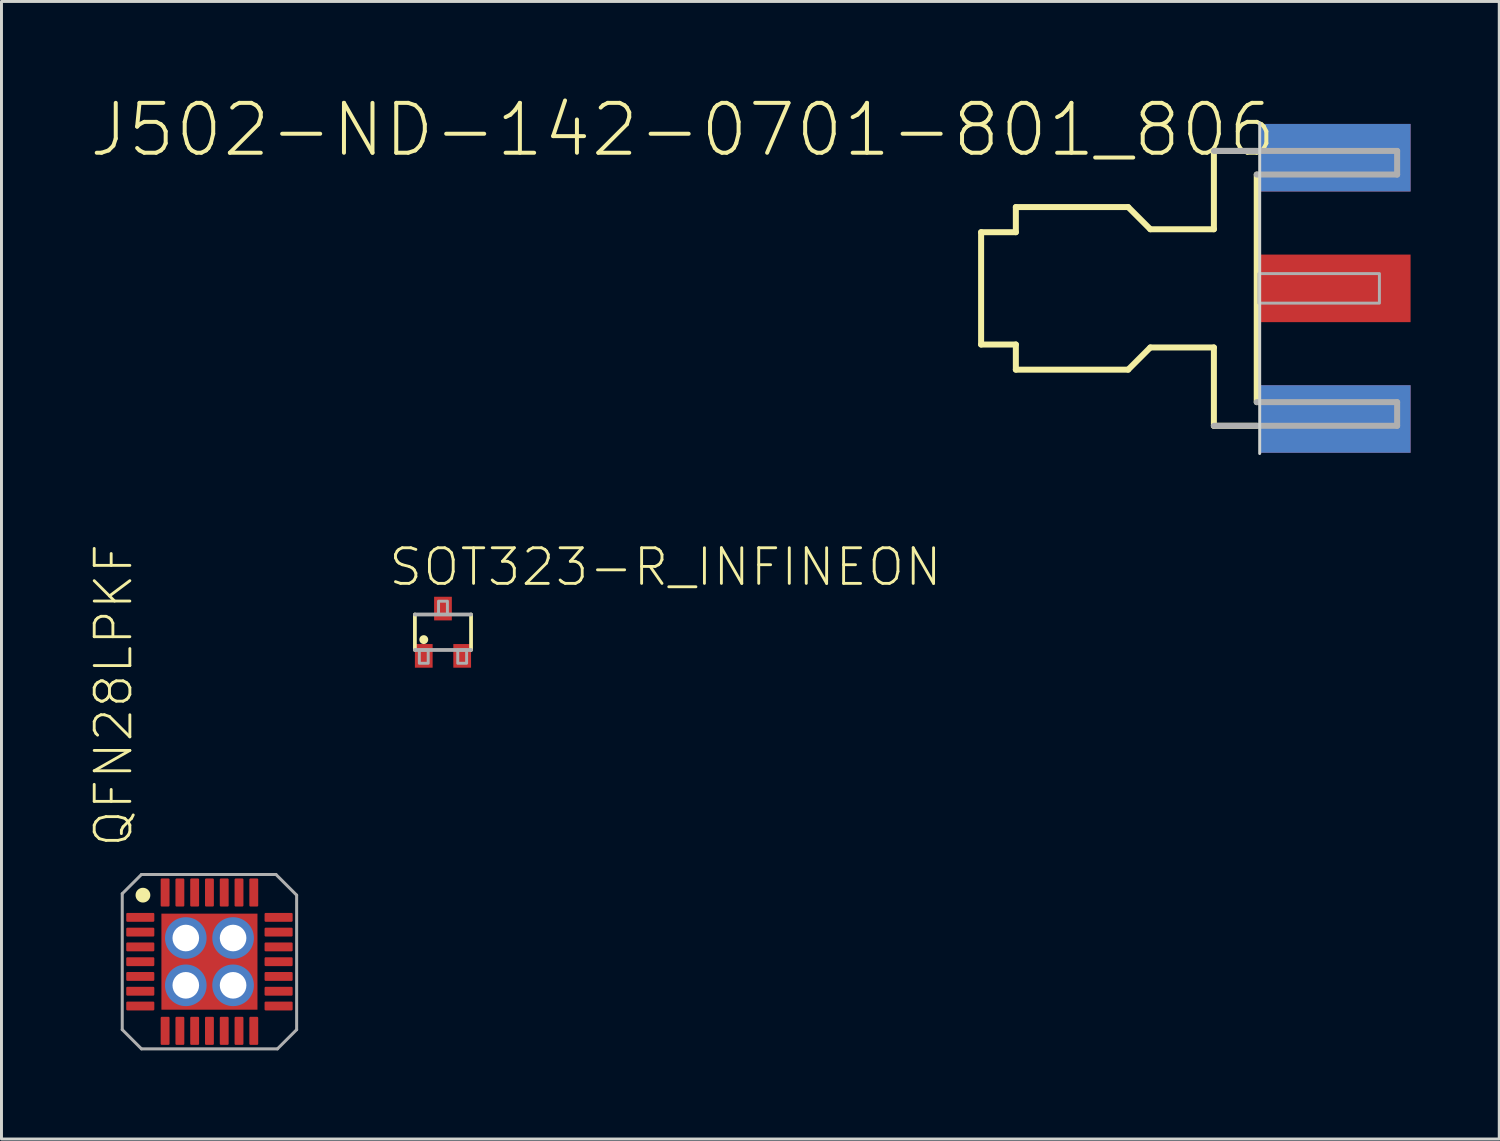
<source format=kicad_pcb>
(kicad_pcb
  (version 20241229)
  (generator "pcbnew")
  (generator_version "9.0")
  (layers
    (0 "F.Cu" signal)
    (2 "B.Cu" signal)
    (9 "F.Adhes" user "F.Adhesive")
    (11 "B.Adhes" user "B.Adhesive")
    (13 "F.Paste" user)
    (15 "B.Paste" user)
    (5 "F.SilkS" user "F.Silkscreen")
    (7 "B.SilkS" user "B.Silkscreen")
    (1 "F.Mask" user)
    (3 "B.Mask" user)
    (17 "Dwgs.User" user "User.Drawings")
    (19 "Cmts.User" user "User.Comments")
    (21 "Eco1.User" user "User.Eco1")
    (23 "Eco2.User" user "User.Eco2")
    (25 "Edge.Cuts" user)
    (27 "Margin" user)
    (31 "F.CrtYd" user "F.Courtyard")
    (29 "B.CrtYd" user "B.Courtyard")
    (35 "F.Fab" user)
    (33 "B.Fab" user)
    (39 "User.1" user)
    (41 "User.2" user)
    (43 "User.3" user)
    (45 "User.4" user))
  (footprint "QFN28LPKF"
    (layer "F.Cu")
    (at 4.036 29.486)
    (property "Reference" "QFN28LPKF" (at -2.54 -3.81 90) (layer "F.SilkS") (effects (font (size 1.206 1.206) (thickness 0.097)) (justify left bottom)))
    (attr through_hole)
    (fp_poly (pts (xy -2.85 -1.3) (xy -1.825 -1.3) (xy -1.825 -1.7) (xy -2.85 -1.7)) (stroke (width 0) (type solid)) (fill yes) (layer "F.Mask"))
    (fp_poly (pts (xy -2.85 -0.8) (xy -1.825 -0.8) (xy -1.825 -1.2) (xy -2.85 -1.2)) (stroke (width 0) (type solid)) (fill yes) (layer "F.Mask"))
    (fp_poly (pts (xy -2.85 -0.3) (xy -1.825 -0.3) (xy -1.825 -0.7) (xy -2.85 -0.7)) (stroke (width 0) (type solid)) (fill yes) (layer "F.Mask"))
    (fp_poly (pts (xy -2.85 0.2) (xy -1.825 0.2) (xy -1.825 -0.2) (xy -2.85 -0.2)) (stroke (width 0) (type solid)) (fill yes) (layer "F.Mask"))
    (fp_poly (pts (xy -2.85 0.7) (xy -1.825 0.7) (xy -1.825 0.3) (xy -2.85 0.3)) (stroke (width 0) (type solid)) (fill yes) (layer "F.Mask"))
    (fp_poly (pts (xy -2.85 1.2) (xy -1.825 1.2) (xy -1.825 0.8) (xy -2.85 0.8)) (stroke (width 0) (type solid)) (fill yes) (layer "F.Mask"))
    (fp_poly (pts (xy -2.85 1.7) (xy -1.825 1.7) (xy -1.825 1.3) (xy -2.85 1.3)) (stroke (width 0) (type solid)) (fill yes) (layer "F.Mask"))
    (fp_poly (pts (xy -1.75 1.75) (xy 1.75 1.75) (xy 1.75 -1.75) (xy -1.75 -1.75)) (stroke (width 0) (type solid)) (fill yes) (layer "F.Mask"))
    (fp_poly (pts (xy -1.7 -2.85) (xy -1.7 -1.825) (xy -1.3 -1.825) (xy -1.3 -2.85)) (stroke (width 0) (type solid)) (fill yes) (layer "F.Mask"))
    (fp_poly (pts (xy -1.3 2.85) (xy -1.3 1.825) (xy -1.7 1.825) (xy -1.7 2.85)) (stroke (width 0) (type solid)) (fill yes) (layer "F.Mask"))
    (fp_poly (pts (xy -1.2 -2.85) (xy -1.2 -1.825) (xy -0.8 -1.825) (xy -0.8 -2.85)) (stroke (width 0) (type solid)) (fill yes) (layer "F.Mask"))
    (fp_poly (pts (xy -0.8 2.85) (xy -0.8 1.825) (xy -1.2 1.825) (xy -1.2 2.85)) (stroke (width 0) (type solid)) (fill yes) (layer "F.Mask"))
    (fp_poly (pts (xy -0.7 -2.85) (xy -0.7 -1.825) (xy -0.3 -1.825) (xy -0.3 -2.85)) (stroke (width 0) (type solid)) (fill yes) (layer "F.Mask"))
    (fp_poly (pts (xy -0.3 2.85) (xy -0.3 1.825) (xy -0.7 1.825) (xy -0.7 2.85)) (stroke (width 0) (type solid)) (fill yes) (layer "F.Mask"))
    (fp_poly (pts (xy -0.2 -2.85) (xy -0.2 -1.825) (xy 0.2 -1.825) (xy 0.2 -2.85)) (stroke (width 0) (type solid)) (fill yes) (layer "F.Mask"))
    (fp_poly (pts (xy 0.2 2.85) (xy 0.2 1.825) (xy -0.2 1.825) (xy -0.2 2.85)) (stroke (width 0) (type solid)) (fill yes) (layer "F.Mask"))
    (fp_poly (pts (xy 0.3 -2.85) (xy 0.3 -1.825) (xy 0.7 -1.825) (xy 0.7 -2.85)) (stroke (width 0) (type solid)) (fill yes) (layer "F.Mask"))
    (fp_poly (pts (xy 0.7 2.85) (xy 0.7 1.825) (xy 0.3 1.825) (xy 0.3 2.85)) (stroke (width 0) (type solid)) (fill yes) (layer "F.Mask"))
    (fp_poly (pts (xy 0.8 -2.85) (xy 0.8 -1.825) (xy 1.2 -1.825) (xy 1.2 -2.85)) (stroke (width 0) (type solid)) (fill yes) (layer "F.Mask"))
    (fp_poly (pts (xy 1.2 2.85) (xy 1.2 1.825) (xy 0.8 1.825) (xy 0.8 2.85)) (stroke (width 0) (type solid)) (fill yes) (layer "F.Mask"))
    (fp_poly (pts (xy 1.3 -2.85) (xy 1.3 -1.825) (xy 1.7 -1.825) (xy 1.7 -2.85)) (stroke (width 0) (type solid)) (fill yes) (layer "F.Mask"))
    (fp_poly (pts (xy 1.7 2.85) (xy 1.7 1.825) (xy 1.3 1.825) (xy 1.3 2.85)) (stroke (width 0) (type solid)) (fill yes) (layer "F.Mask"))
    (fp_poly (pts (xy 2.85 -1.7) (xy 1.825 -1.7) (xy 1.825 -1.3) (xy 2.85 -1.3)) (stroke (width 0) (type solid)) (fill yes) (layer "F.Mask"))
    (fp_poly (pts (xy 2.85 -1.2) (xy 1.825 -1.2) (xy 1.825 -0.8) (xy 2.85 -0.8)) (stroke (width 0) (type solid)) (fill yes) (layer "F.Mask"))
    (fp_poly (pts (xy 2.85 -0.7) (xy 1.825 -0.7) (xy 1.825 -0.3) (xy 2.85 -0.3)) (stroke (width 0) (type solid)) (fill yes) (layer "F.Mask"))
    (fp_poly (pts (xy 2.85 -0.2) (xy 1.825 -0.2) (xy 1.825 0.2) (xy 2.85 0.2)) (stroke (width 0) (type solid)) (fill yes) (layer "F.Mask"))
    (fp_poly (pts (xy 2.85 0.3) (xy 1.825 0.3) (xy 1.825 0.7) (xy 2.85 0.7)) (stroke (width 0) (type solid)) (fill yes) (layer "F.Mask"))
    (fp_poly (pts (xy 2.85 0.8) (xy 1.825 0.8) (xy 1.825 1.2) (xy 2.85 1.2)) (stroke (width 0) (type solid)) (fill yes) (layer "F.Mask"))
    (fp_poly (pts (xy 2.85 1.3) (xy 1.825 1.3) (xy 1.825 1.7) (xy 2.85 1.7)) (stroke (width 0) (type solid)) (fill yes) (layer "F.Mask"))
    (fp_circle (center -2.25 -2.25) (end -2 -2.25) (stroke (width 0) (type solid)) (fill yes) (layer "F.SilkS"))
    (fp_poly (pts (xy -1.725 1.725) (xy 1.725 1.725) (xy 1.725 -1.725) (xy -1.725 -1.725)) (stroke (width 0) (type solid)) (fill yes) (layer "F.Paste"))
    (fp_line (start -2.95 -2.3) (end -2.3 -2.95) (stroke (width 0.102) (type solid)) (layer "F.Fab"))
    (fp_line (start -2.95 2.3) (end -2.95 -2.3) (stroke (width 0.102) (type solid)) (layer "F.Fab"))
    (fp_line (start -2.3 -2.95) (end 2.25 -2.95) (stroke (width 0.102) (type solid)) (layer "F.Fab"))
    (fp_line (start -2.3 2.95) (end -2.95 2.3) (stroke (width 0.102) (type solid)) (layer "F.Fab"))
    (fp_line (start 2.25 -2.95) (end 2.95 -2.25) (stroke (width 0.102) (type solid)) (layer "F.Fab"))
    (fp_line (start 2.3 2.95) (end -2.3 2.95) (stroke (width 0.102) (type solid)) (layer "F.Fab"))
    (fp_line (start 2.95 -2.25) (end 2.95 2.3) (stroke (width 0.102) (type solid)) (layer "F.Fab"))
    (fp_line (start 2.95 2.3) (end 2.3 2.95) (stroke (width 0.102) (type solid)) (layer "F.Fab"))
    (pad "1" smd roundrect (at -2.34 -1.5) (size 0.95 0.3) (layers "F.Cu" "F.Mask" "F.Paste") (roundrect_rratio 0.125))
    (pad "2" smd roundrect (at -2.34 -1) (size 0.95 0.3) (layers "F.Cu" "F.Mask" "F.Paste") (roundrect_rratio 0.125))
    (pad "3" smd roundrect (at -2.34 -0.5) (size 0.95 0.3) (layers "F.Cu" "F.Mask" "F.Paste") (roundrect_rratio 0.125))
    (pad "4" smd roundrect (at -2.34 0) (size 0.95 0.3) (layers "F.Cu" "F.Mask" "F.Paste") (roundrect_rratio 0.125))
    (pad "5" smd roundrect (at -2.34 0.5) (size 0.95 0.3) (layers "F.Cu" "F.Mask" "F.Paste") (roundrect_rratio 0.125))
    (pad "6" smd roundrect (at -2.34 1) (size 0.95 0.3) (layers "F.Cu" "F.Mask" "F.Paste") (roundrect_rratio 0.125))
    (pad "7" smd roundrect (at -2.34 1.5) (size 0.95 0.3) (layers "F.Cu" "F.Mask" "F.Paste") (roundrect_rratio 0.125))
    (pad "8" smd roundrect (at -1.5 2.34 90) (size 0.95 0.3) (layers "F.Cu" "F.Mask" "F.Paste") (roundrect_rratio 0.125))
    (pad "9" smd roundrect (at -1 2.34 90) (size 0.95 0.3) (layers "F.Cu" "F.Mask" "F.Paste") (roundrect_rratio 0.125))
    (pad "10" smd roundrect (at -0.5 2.34 90) (size 0.95 0.3) (layers "F.Cu" "F.Mask" "F.Paste") (roundrect_rratio 0.125))
    (pad "11" smd roundrect (at 0 2.34 90) (size 0.95 0.3) (layers "F.Cu" "F.Mask" "F.Paste") (roundrect_rratio 0.125))
    (pad "12" smd roundrect (at 0.5 2.34 90) (size 0.95 0.3) (layers "F.Cu" "F.Mask" "F.Paste") (roundrect_rratio 0.125))
    (pad "13" smd roundrect (at 1 2.34 90) (size 0.95 0.3) (layers "F.Cu" "F.Mask" "F.Paste") (roundrect_rratio 0.125))
    (pad "14" smd roundrect (at 1.5 2.34 90) (size 0.95 0.3) (layers "F.Cu" "F.Mask" "F.Paste") (roundrect_rratio 0.125))
    (pad "15" smd roundrect (at 2.34 1.5 180) (size 0.95 0.3) (layers "F.Cu" "F.Mask" "F.Paste") (roundrect_rratio 0.125))
    (pad "16" smd roundrect (at 2.34 1 180) (size 0.95 0.3) (layers "F.Cu" "F.Mask" "F.Paste") (roundrect_rratio 0.125))
    (pad "17" smd roundrect (at 2.34 0.5 180) (size 0.95 0.3) (layers "F.Cu" "F.Mask" "F.Paste") (roundrect_rratio 0.125))
    (pad "18" smd roundrect (at 2.34 0 180) (size 0.95 0.3) (layers "F.Cu" "F.Mask" "F.Paste") (roundrect_rratio 0.125))
    (pad "19" smd roundrect (at 2.34 -0.5 180) (size 0.95 0.3) (layers "F.Cu" "F.Mask" "F.Paste") (roundrect_rratio 0.125))
    (pad "20" smd roundrect (at 2.34 -1 180) (size 0.95 0.3) (layers "F.Cu" "F.Mask" "F.Paste") (roundrect_rratio 0.125))
    (pad "21" smd roundrect (at 2.34 -1.5 180) (size 0.95 0.3) (layers "F.Cu" "F.Mask" "F.Paste") (roundrect_rratio 0.125))
    (pad "22" smd roundrect (at 1.5 -2.34 270) (size 0.95 0.3) (layers "F.Cu" "F.Mask" "F.Paste") (roundrect_rratio 0.125))
    (pad "23" smd roundrect (at 1 -2.34 270) (size 0.95 0.3) (layers "F.Cu" "F.Mask" "F.Paste") (roundrect_rratio 0.125))
    (pad "24" smd roundrect (at 0.5 -2.34 270) (size 0.95 0.3) (layers "F.Cu" "F.Mask" "F.Paste") (roundrect_rratio 0.125))
    (pad "25" smd roundrect (at 0 -2.34 270) (size 0.95 0.3) (layers "F.Cu" "F.Mask" "F.Paste") (roundrect_rratio 0.125))
    (pad "26" smd roundrect (at -0.5 -2.34 270) (size 0.95 0.3) (layers "F.Cu" "F.Mask" "F.Paste") (roundrect_rratio 0.125))
    (pad "27" smd roundrect (at -1 -2.34 270) (size 0.95 0.3) (layers "F.Cu" "F.Mask" "F.Paste") (roundrect_rratio 0.125))
    (pad "28" smd roundrect (at -1.5 -2.34 270) (size 0.95 0.3) (layers "F.Cu" "F.Mask" "F.Paste") (roundrect_rratio 0.125))
    (pad "M" smd rect (at 0 0) (size 3.25 3.25) (layers "F.Cu" "F.Mask"))
    (pad "P$4" thru_hole circle (at 0.8 -0.8) (size 1.408 1.408) (drill 0.9) (layers "*.Cu" "*.Mask"))
    (pad "P$6" thru_hole circle (at -0.8 -0.8) (size 1.408 1.408) (drill 0.9) (layers "*.Cu" "*.Mask"))
    (pad "P$7" thru_hole circle (at -0.8 0.8) (size 1.408 1.408) (drill 0.9) (layers "*.Cu" "*.Mask"))
    (pad "P$9" thru_hole circle (at 0.8 0.8) (size 1.408 1.408) (drill 0.9) (layers "*.Cu" "*.Mask")))
  (footprint "SOT323-R_INFINEON"
    (layer "F.Cu")
    (at 11.937 18.34)
    (property "Reference" "SOT323-R_INFINEON" (at -1.9 -1.5 0) (layer "F.SilkS") (effects (font (size 1.206 1.206) (thickness 0.097)) (justify left bottom)))
    (attr through_hole)
    (fp_line (start -0.95 -0.6) (end -0.95 0.6) (stroke (width 0.127) (type solid)) (layer "F.SilkS"))
    (fp_line (start 0.95 -0.6) (end 0.95 0.6) (stroke (width 0.127) (type solid)) (layer "F.SilkS"))
    (fp_circle (center -0.65 0.25) (end -0.5 0.25) (stroke (width 0) (type solid)) (fill yes) (layer "F.SilkS"))
    (fp_line (start -0.95 -0.6) (end 0.95 -0.6) (stroke (width 0.127) (type solid)) (layer "F.Fab"))
    (fp_line (start -0.95 0.6) (end 0.95 0.6) (stroke (width 0.127) (type solid)) (layer "F.Fab"))
    (fp_poly (pts (xy -0.8 1.05) (xy -0.5 1.05) (xy -0.5 0.6) (xy -0.8 0.6)) (stroke (width 0.1) (type solid)) (fill no) (layer "F.Fab"))
    (fp_poly (pts (xy -0.15 -0.6) (xy 0.15 -0.6) (xy 0.15 -1.05) (xy -0.15 -1.05)) (stroke (width 0.1) (type solid)) (fill no) (layer "F.Fab"))
    (fp_poly (pts (xy 0.5 1.05) (xy 0.8 1.05) (xy 0.8 0.6) (xy 0.5 0.6)) (stroke (width 0.1) (type solid)) (fill no) (layer "F.Fab"))
    (pad "1" smd rect (at -0.65 0.8) (size 0.6 0.8) (layers "F.Cu" "F.Mask" "F.Paste"))
    (pad "2" smd rect (at 0.65 0.8) (size 0.6 0.8) (layers "F.Cu" "F.Mask" "F.Paste"))
    (pad "3" smd rect (at 0 -0.8) (size 0.6 0.8) (layers "F.Cu" "F.Mask" "F.Paste")))
  (footprint "J502-ND-142-0701-801_806"
    (layer "F.Cu")
    (at 39.569 6.706)
    (property "Reference" "J502-ND-142-0701-801_806" (at 0.635 -6.35 180) (layer "F.SilkS") (effects (font (size 1.689 1.689) (thickness 0.135)) (justify right top)))
    (attr through_hole)
    (fp_line (start -9.425 -1.9) (end -8.25 -1.9) (stroke (width 0.203) (type solid)) (layer "F.SilkS"))
    (fp_line (start -9.425 1.9) (end -9.425 -1.9) (stroke (width 0.203) (type solid)) (layer "F.SilkS"))
    (fp_line (start -8.25 -2.75) (end -4.45 -2.75) (stroke (width 0.203) (type solid)) (layer "F.SilkS"))
    (fp_line (start -8.25 -1.9) (end -8.25 -2.75) (stroke (width 0.203) (type solid)) (layer "F.SilkS"))
    (fp_line (start -8.25 1.9) (end -9.425 1.9) (stroke (width 0.203) (type solid)) (layer "F.SilkS"))
    (fp_line (start -8.25 2.75) (end -8.25 1.9) (stroke (width 0.203) (type solid)) (layer "F.SilkS"))
    (fp_line (start -4.45 -2.75) (end -3.7 -2) (stroke (width 0.203) (type solid)) (layer "F.SilkS"))
    (fp_line (start -4.45 2.75) (end -8.25 2.75) (stroke (width 0.203) (type solid)) (layer "F.SilkS"))
    (fp_line (start -3.7 -2) (end -1.55 -2) (stroke (width 0.203) (type solid)) (layer "F.SilkS"))
    (fp_line (start -3.7 2) (end -4.45 2.75) (stroke (width 0.203) (type solid)) (layer "F.SilkS"))
    (fp_line (start -1.55 -4.65) (end -0.1 -4.65) (stroke (width 0.203) (type solid)) (layer "F.SilkS"))
    (fp_line (start -1.55 -2) (end -1.55 -4.65) (stroke (width 0.203) (type solid)) (layer "F.SilkS"))
    (fp_line (start -1.55 2) (end -3.7 2) (stroke (width 0.203) (type solid)) (layer "F.SilkS"))
    (fp_line (start -1.55 4.65) (end -1.55 2) (stroke (width 0.203) (type solid)) (layer "F.SilkS"))
    (fp_line (start -0.1 3.85) (end -0.1 -3.85) (stroke (width 0.203) (type solid)) (layer "F.SilkS"))
    (fp_line (start -0.1 4.65) (end -1.55 4.65) (stroke (width 0.203) (type solid)) (layer "F.SilkS"))
    (fp_line (start 0 -5.588) (end 0 5.588) (stroke (width 0.1) (type solid)) (layer "Edge.Cuts"))
    (fp_line (start -1.55 -4.65) (end 4.65 -4.65) (stroke (width 0.203) (type solid)) (layer "F.Fab"))
    (fp_line (start -0.1 -3.85) (end 4.65 -3.85) (stroke (width 0.203) (type solid)) (layer "F.Fab"))
    (fp_line (start 4.65 -3.85) (end 4.65 -4.65) (stroke (width 0.203) (type solid)) (layer "F.Fab"))
    (fp_line (start 4.65 3.85) (end -0.1 3.85) (stroke (width 0.203) (type solid)) (layer "F.Fab"))
    (fp_line (start 4.65 4.65) (end -1.55 4.65) (stroke (width 0.203) (type solid)) (layer "F.Fab"))
    (fp_line (start 4.65 4.65) (end 4.65 3.85) (stroke (width 0.203) (type solid)) (layer "F.Fab"))
    (fp_poly (pts (xy -0.025 0.5) (xy 4.05 0.5) (xy 4.05 -0.5) (xy -0.025 -0.5)) (stroke (width 0.1) (type solid)) (fill no) (layer "F.Fab"))
    (pad "1" smd rect (at 2.565 0) (size 5.08 2.286) (layers "F.Cu" "F.Mask" "F.Paste"))
    (pad "G@1" smd rect (at 2.565 -4.42) (size 5.08 2.286) (layers "F.Cu" "F.Mask" "F.Paste"))
    (pad "G@2" smd rect (at 2.565 4.42) (size 5.08 2.286) (layers "F.Cu" "F.Mask" "F.Paste"))
    (pad "G@3" smd rect (at 2.565 -4.42) (size 5.08 2.286) (layers "B.Cu" "B.Mask" "B.Paste"))
    (pad "G@4" smd rect (at 2.565 4.42) (size 5.08 2.286) (layers "B.Cu" "B.Mask" "B.Paste")))
  (gr_rect
    (start -3 -3)
    (end 47.674 35.487)
    (stroke (width 0.1) (type default))
    (fill no)
    (layer "Edge.Cuts")))
</source>
